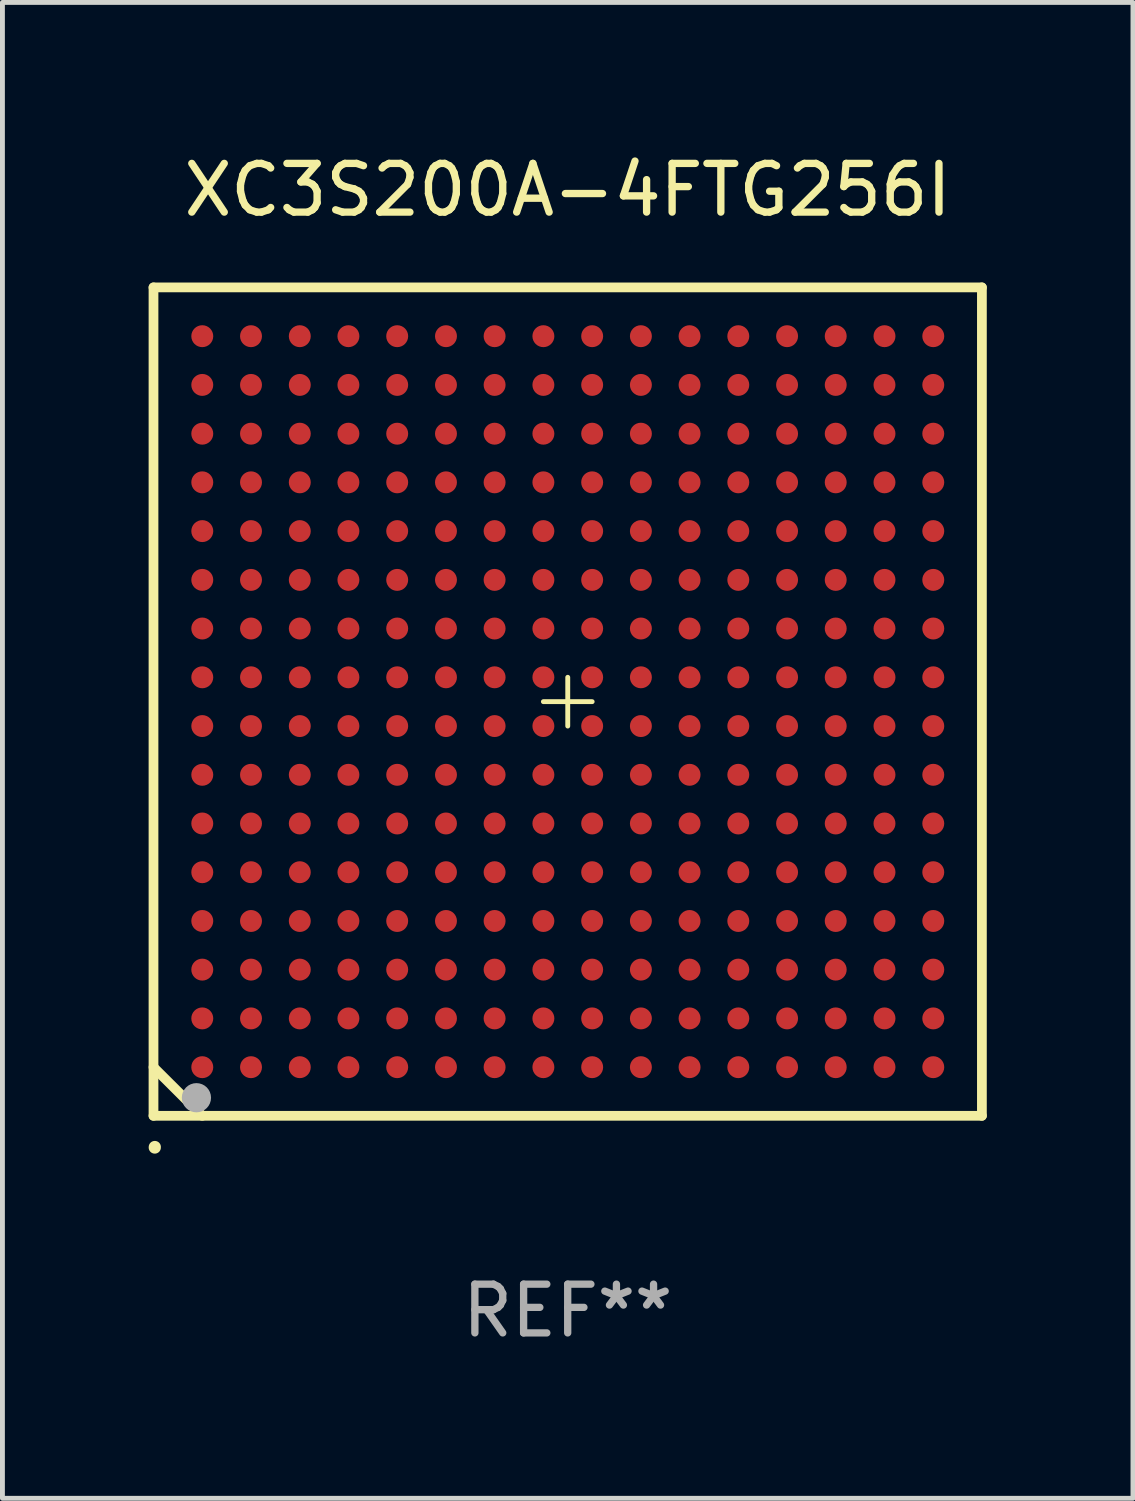
<source format=kicad_pcb>
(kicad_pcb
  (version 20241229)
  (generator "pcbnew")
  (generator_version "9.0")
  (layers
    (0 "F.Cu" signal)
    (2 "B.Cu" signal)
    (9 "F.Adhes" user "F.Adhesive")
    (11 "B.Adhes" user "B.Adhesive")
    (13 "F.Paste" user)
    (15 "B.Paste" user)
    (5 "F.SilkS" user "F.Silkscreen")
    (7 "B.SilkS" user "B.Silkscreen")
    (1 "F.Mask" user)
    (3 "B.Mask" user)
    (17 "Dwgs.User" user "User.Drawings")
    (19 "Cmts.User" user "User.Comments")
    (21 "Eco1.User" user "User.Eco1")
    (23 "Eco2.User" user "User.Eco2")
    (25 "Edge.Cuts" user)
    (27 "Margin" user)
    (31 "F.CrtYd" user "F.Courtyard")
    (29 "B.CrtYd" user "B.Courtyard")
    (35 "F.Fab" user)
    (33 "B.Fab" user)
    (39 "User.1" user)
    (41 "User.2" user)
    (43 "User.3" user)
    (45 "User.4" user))
  (footprint "XC3S200A-4FTG256I"
    (layer "F.Cu")
    (at 8.6 11.348)
    (property "Reference" "XC3S200A-4FTG256I" (at 0 -10.5 0) (layer "F.SilkS") (effects (font (size 1 1) (thickness 0.15))))
    (attr through_hole)
    (fp_line (start -8.5 -8.5) (end 8.5 -8.5) (stroke (width 0.1) (type solid)) (layer "F.SilkS"))
    (fp_line (start -8.5 -8.5) (end 8.5 -8.5) (stroke (width 0.2) (type solid)) (layer "F.SilkS"))
    (fp_line (start -8.5 8.5) (end -8.5 -8.5) (stroke (width 0.1) (type solid)) (layer "F.SilkS"))
    (fp_line (start -8.5 8.5) (end -8.5 -8.5) (stroke (width 0.2) (type solid)) (layer "F.SilkS"))
    (fp_line (start -7.499 8.5) (end -8.5 7.502) (stroke (width 0.2) (type solid)) (layer "F.SilkS"))
    (fp_line (start 0.001 -0.499) (end 0.001 0.502) (stroke (width 0.1) (type solid)) (layer "F.SilkS"))
    (fp_line (start 0.502 0.001) (end -0.499 0.001) (stroke (width 0.1) (type solid)) (layer "F.SilkS"))
    (fp_line (start 8.5 -8.5) (end 8.5 8.5) (stroke (width 0.1) (type solid)) (layer "F.SilkS"))
    (fp_line (start 8.5 -8.5) (end 8.5 8.5) (stroke (width 0.2) (type solid)) (layer "F.SilkS"))
    (fp_line (start 8.5 8.5) (end -8.5 8.5) (stroke (width 0.1) (type solid)) (layer "F.SilkS"))
    (fp_line (start 8.5 8.5) (end -8.5 8.5) (stroke (width 0.2) (type solid)) (layer "F.SilkS"))
    (fp_arc (start -8.473762 9.151283) (mid -8.473642 9.145727) (end -8.473254 9.140183) (stroke (width 0.249987) (type solid)) (layer "F.SilkS"))
    (fp_circle (center -8.499 8.501) (end -8.469 8.501) (stroke (width 0.06) (type solid)) (fill no) (layer "F.SilkS"))
    (fp_circle (center -7.619 8.129) (end -7.469 8.129) (stroke (width 0.3) (type solid)) (fill no) (layer "F.Fab"))
    (fp_text user "REF**" (at 0 12.5 0) (layer "F.Fab") (effects (font (size 1 1) (thickness 0.15))))
    (pad "A1" smd circle (at -7.499 7.502) (size 0.45 0.45) (layers "F.Cu" "F.Mask" "F.Paste"))
    (pad "A2" smd circle (at -7.499 6.501) (size 0.45 0.45) (layers "F.Cu" "F.Mask" "F.Paste"))
    (pad "A3" smd circle (at -7.499 5.5) (size 0.45 0.45) (layers "F.Cu" "F.Mask" "F.Paste"))
    (pad "A4" smd circle (at -7.499 4.502) (size 0.45 0.45) (layers "F.Cu" "F.Mask" "F.Paste"))
    (pad "A5" smd circle (at -7.499 3.501) (size 0.45 0.45) (layers "F.Cu" "F.Mask" "F.Paste"))
    (pad "A6" smd circle (at -7.499 2.501) (size 0.45 0.45) (layers "F.Cu" "F.Mask" "F.Paste"))
    (pad "A7" smd circle (at -7.499 1.502) (size 0.45 0.45) (layers "F.Cu" "F.Mask" "F.Paste"))
    (pad "A8" smd circle (at -7.499 0.502) (size 0.45 0.45) (layers "F.Cu" "F.Mask" "F.Paste"))
    (pad "A9" smd circle (at -7.499 -0.499) (size 0.45 0.45) (layers "F.Cu" "F.Mask" "F.Paste"))
    (pad "A10" smd circle (at -7.499 -1.5) (size 0.45 0.45) (layers "F.Cu" "F.Mask" "F.Paste"))
    (pad "A11" smd circle (at -7.499 -2.498) (size 0.45 0.45) (layers "F.Cu" "F.Mask" "F.Paste"))
    (pad "A12" smd circle (at -7.499 -3.499) (size 0.45 0.45) (layers "F.Cu" "F.Mask" "F.Paste"))
    (pad "A13" smd circle (at -7.499 -4.5) (size 0.45 0.45) (layers "F.Cu" "F.Mask" "F.Paste"))
    (pad "A14" smd circle (at -7.499 -5.498) (size 0.45 0.45) (layers "F.Cu" "F.Mask" "F.Paste"))
    (pad "A15" smd circle (at -7.499 -6.499) (size 0.45 0.45) (layers "F.Cu" "F.Mask" "F.Paste"))
    (pad "A16" smd circle (at -7.499 -7.499) (size 0.45 0.45) (layers "F.Cu" "F.Mask" "F.Paste"))
    (pad "B1" smd circle (at -6.499 7.502) (size 0.45 0.45) (layers "F.Cu" "F.Mask" "F.Paste"))
    (pad "B2" smd circle (at -6.499 6.501) (size 0.45 0.45) (layers "F.Cu" "F.Mask" "F.Paste"))
    (pad "B3" smd circle (at -6.499 5.5) (size 0.45 0.45) (layers "F.Cu" "F.Mask" "F.Paste"))
    (pad "B4" smd circle (at -6.499 4.502) (size 0.45 0.45) (layers "F.Cu" "F.Mask" "F.Paste"))
    (pad "B5" smd circle (at -6.499 3.501) (size 0.45 0.45) (layers "F.Cu" "F.Mask" "F.Paste"))
    (pad "B6" smd circle (at -6.499 2.501) (size 0.45 0.45) (layers "F.Cu" "F.Mask" "F.Paste"))
    (pad "B7" smd circle (at -6.499 1.502) (size 0.45 0.45) (layers "F.Cu" "F.Mask" "F.Paste"))
    (pad "B8" smd circle (at -6.499 0.502) (size 0.45 0.45) (layers "F.Cu" "F.Mask" "F.Paste"))
    (pad "B9" smd circle (at -6.499 -0.499) (size 0.45 0.45) (layers "F.Cu" "F.Mask" "F.Paste"))
    (pad "B10" smd circle (at -6.499 -1.5) (size 0.45 0.45) (layers "F.Cu" "F.Mask" "F.Paste"))
    (pad "B11" smd circle (at -6.499 -2.498) (size 0.45 0.45) (layers "F.Cu" "F.Mask" "F.Paste"))
    (pad "B12" smd circle (at -6.499 -3.499) (size 0.45 0.45) (layers "F.Cu" "F.Mask" "F.Paste"))
    (pad "B13" smd circle (at -6.499 -4.5) (size 0.45 0.45) (layers "F.Cu" "F.Mask" "F.Paste"))
    (pad "B14" smd circle (at -6.499 -5.498) (size 0.45 0.45) (layers "F.Cu" "F.Mask" "F.Paste"))
    (pad "B15" smd circle (at -6.499 -6.499) (size 0.45 0.45) (layers "F.Cu" "F.Mask" "F.Paste"))
    (pad "B16" smd circle (at -6.499 -7.499) (size 0.45 0.45) (layers "F.Cu" "F.Mask" "F.Paste"))
    (pad "C1" smd circle (at -5.498 7.502) (size 0.45 0.45) (layers "F.Cu" "F.Mask" "F.Paste"))
    (pad "C2" smd circle (at -5.498 6.501) (size 0.45 0.45) (layers "F.Cu" "F.Mask" "F.Paste"))
    (pad "C3" smd circle (at -5.498 5.5) (size 0.45 0.45) (layers "F.Cu" "F.Mask" "F.Paste"))
    (pad "C4" smd circle (at -5.498 4.502) (size 0.45 0.45) (layers "F.Cu" "F.Mask" "F.Paste"))
    (pad "C5" smd circle (at -5.498 3.501) (size 0.45 0.45) (layers "F.Cu" "F.Mask" "F.Paste"))
    (pad "C6" smd circle (at -5.498 2.501) (size 0.45 0.45) (layers "F.Cu" "F.Mask" "F.Paste"))
    (pad "C7" smd circle (at -5.498 1.502) (size 0.45 0.45) (layers "F.Cu" "F.Mask" "F.Paste"))
    (pad "C8" smd circle (at -5.498 0.502) (size 0.45 0.45) (layers "F.Cu" "F.Mask" "F.Paste"))
    (pad "C9" smd circle (at -5.498 -0.499) (size 0.45 0.45) (layers "F.Cu" "F.Mask" "F.Paste"))
    (pad "C10" smd circle (at -5.498 -1.5) (size 0.45 0.45) (layers "F.Cu" "F.Mask" "F.Paste"))
    (pad "C11" smd circle (at -5.498 -2.498) (size 0.45 0.45) (layers "F.Cu" "F.Mask" "F.Paste"))
    (pad "C12" smd circle (at -5.498 -3.499) (size 0.45 0.45) (layers "F.Cu" "F.Mask" "F.Paste"))
    (pad "C13" smd circle (at -5.498 -4.5) (size 0.45 0.45) (layers "F.Cu" "F.Mask" "F.Paste"))
    (pad "C14" smd circle (at -5.498 -5.498) (size 0.45 0.45) (layers "F.Cu" "F.Mask" "F.Paste"))
    (pad "C15" smd circle (at -5.498 -6.499) (size 0.45 0.45) (layers "F.Cu" "F.Mask" "F.Paste"))
    (pad "C16" smd circle (at -5.498 -7.499) (size 0.45 0.45) (layers "F.Cu" "F.Mask" "F.Paste"))
    (pad "D1" smd circle (at -4.5 7.502) (size 0.45 0.45) (layers "F.Cu" "F.Mask" "F.Paste"))
    (pad "D2" smd circle (at -4.5 6.501) (size 0.45 0.45) (layers "F.Cu" "F.Mask" "F.Paste"))
    (pad "D3" smd circle (at -4.5 5.5) (size 0.45 0.45) (layers "F.Cu" "F.Mask" "F.Paste"))
    (pad "D4" smd circle (at -4.5 4.502) (size 0.45 0.45) (layers "F.Cu" "F.Mask" "F.Paste"))
    (pad "D5" smd circle (at -4.5 3.501) (size 0.45 0.45) (layers "F.Cu" "F.Mask" "F.Paste"))
    (pad "D6" smd circle (at -4.5 2.501) (size 0.45 0.45) (layers "F.Cu" "F.Mask" "F.Paste"))
    (pad "D7" smd circle (at -4.5 1.502) (size 0.45 0.45) (layers "F.Cu" "F.Mask" "F.Paste"))
    (pad "D8" smd circle (at -4.5 0.502) (size 0.45 0.45) (layers "F.Cu" "F.Mask" "F.Paste"))
    (pad "D9" smd circle (at -4.5 -0.499) (size 0.45 0.45) (layers "F.Cu" "F.Mask" "F.Paste"))
    (pad "D10" smd circle (at -4.5 -1.5) (size 0.45 0.45) (layers "F.Cu" "F.Mask" "F.Paste"))
    (pad "D11" smd circle (at -4.5 -2.498) (size 0.45 0.45) (layers "F.Cu" "F.Mask" "F.Paste"))
    (pad "D12" smd circle (at -4.5 -3.499) (size 0.45 0.45) (layers "F.Cu" "F.Mask" "F.Paste"))
    (pad "D13" smd circle (at -4.5 -4.5) (size 0.45 0.45) (layers "F.Cu" "F.Mask" "F.Paste"))
    (pad "D14" smd circle (at -4.5 -5.498) (size 0.45 0.45) (layers "F.Cu" "F.Mask" "F.Paste"))
    (pad "D15" smd circle (at -4.5 -6.499) (size 0.45 0.45) (layers "F.Cu" "F.Mask" "F.Paste"))
    (pad "D16" smd circle (at -4.5 -7.499) (size 0.45 0.45) (layers "F.Cu" "F.Mask" "F.Paste"))
    (pad "E1" smd circle (at -3.499 7.502) (size 0.45 0.45) (layers "F.Cu" "F.Mask" "F.Paste"))
    (pad "E2" smd circle (at -3.499 6.501) (size 0.45 0.45) (layers "F.Cu" "F.Mask" "F.Paste"))
    (pad "E3" smd circle (at -3.499 5.5) (size 0.45 0.45) (layers "F.Cu" "F.Mask" "F.Paste"))
    (pad "E4" smd circle (at -3.499 4.502) (size 0.45 0.45) (layers "F.Cu" "F.Mask" "F.Paste"))
    (pad "E5" smd circle (at -3.499 3.501) (size 0.45 0.45) (layers "F.Cu" "F.Mask" "F.Paste"))
    (pad "E6" smd circle (at -3.499 2.501) (size 0.45 0.45) (layers "F.Cu" "F.Mask" "F.Paste"))
    (pad "E7" smd circle (at -3.499 1.502) (size 0.45 0.45) (layers "F.Cu" "F.Mask" "F.Paste"))
    (pad "E8" smd circle (at -3.499 0.502) (size 0.45 0.45) (layers "F.Cu" "F.Mask" "F.Paste"))
    (pad "E9" smd circle (at -3.499 -0.499) (size 0.45 0.45) (layers "F.Cu" "F.Mask" "F.Paste"))
    (pad "E10" smd circle (at -3.499 -1.5) (size 0.45 0.45) (layers "F.Cu" "F.Mask" "F.Paste"))
    (pad "E11" smd circle (at -3.499 -2.498) (size 0.45 0.45) (layers "F.Cu" "F.Mask" "F.Paste"))
    (pad "E12" smd circle (at -3.499 -3.499) (size 0.45 0.45) (layers "F.Cu" "F.Mask" "F.Paste"))
    (pad "E13" smd circle (at -3.499 -4.5) (size 0.45 0.45) (layers "F.Cu" "F.Mask" "F.Paste"))
    (pad "E14" smd circle (at -3.499 -5.498) (size 0.45 0.45) (layers "F.Cu" "F.Mask" "F.Paste"))
    (pad "E15" smd circle (at -3.499 -6.499) (size 0.45 0.45) (layers "F.Cu" "F.Mask" "F.Paste"))
    (pad "E16" smd circle (at -3.499 -7.499) (size 0.45 0.45) (layers "F.Cu" "F.Mask" "F.Paste"))
    (pad "F1" smd circle (at -2.498 7.502) (size 0.45 0.45) (layers "F.Cu" "F.Mask" "F.Paste"))
    (pad "F2" smd circle (at -2.498 6.501) (size 0.45 0.45) (layers "F.Cu" "F.Mask" "F.Paste"))
    (pad "F3" smd circle (at -2.498 5.5) (size 0.45 0.45) (layers "F.Cu" "F.Mask" "F.Paste"))
    (pad "F4" smd circle (at -2.498 4.502) (size 0.45 0.45) (layers "F.Cu" "F.Mask" "F.Paste"))
    (pad "F5" smd circle (at -2.498 3.501) (size 0.45 0.45) (layers "F.Cu" "F.Mask" "F.Paste"))
    (pad "F6" smd circle (at -2.498 2.501) (size 0.45 0.45) (layers "F.Cu" "F.Mask" "F.Paste"))
    (pad "F7" smd circle (at -2.498 1.502) (size 0.45 0.45) (layers "F.Cu" "F.Mask" "F.Paste"))
    (pad "F8" smd circle (at -2.498 0.502) (size 0.45 0.45) (layers "F.Cu" "F.Mask" "F.Paste"))
    (pad "F9" smd circle (at -2.498 -0.499) (size 0.45 0.45) (layers "F.Cu" "F.Mask" "F.Paste"))
    (pad "F10" smd circle (at -2.498 -1.5) (size 0.45 0.45) (layers "F.Cu" "F.Mask" "F.Paste"))
    (pad "F11" smd circle (at -2.498 -2.498) (size 0.45 0.45) (layers "F.Cu" "F.Mask" "F.Paste"))
    (pad "F12" smd circle (at -2.498 -3.499) (size 0.45 0.45) (layers "F.Cu" "F.Mask" "F.Paste"))
    (pad "F13" smd circle (at -2.498 -4.5) (size 0.45 0.45) (layers "F.Cu" "F.Mask" "F.Paste"))
    (pad "F14" smd circle (at -2.498 -5.498) (size 0.45 0.45) (layers "F.Cu" "F.Mask" "F.Paste"))
    (pad "F15" smd circle (at -2.498 -6.499) (size 0.45 0.45) (layers "F.Cu" "F.Mask" "F.Paste"))
    (pad "F16" smd circle (at -2.498 -7.499) (size 0.45 0.45) (layers "F.Cu" "F.Mask" "F.Paste"))
    (pad "G1" smd circle (at -1.5 7.502) (size 0.45 0.45) (layers "F.Cu" "F.Mask" "F.Paste"))
    (pad "G2" smd circle (at -1.5 6.501) (size 0.45 0.45) (layers "F.Cu" "F.Mask" "F.Paste"))
    (pad "G3" smd circle (at -1.5 5.5) (size 0.45 0.45) (layers "F.Cu" "F.Mask" "F.Paste"))
    (pad "G4" smd circle (at -1.5 4.502) (size 0.45 0.45) (layers "F.Cu" "F.Mask" "F.Paste"))
    (pad "G5" smd circle (at -1.5 3.501) (size 0.45 0.45) (layers "F.Cu" "F.Mask" "F.Paste"))
    (pad "G6" smd circle (at -1.5 2.501) (size 0.45 0.45) (layers "F.Cu" "F.Mask" "F.Paste"))
    (pad "G7" smd circle (at -1.5 1.502) (size 0.45 0.45) (layers "F.Cu" "F.Mask" "F.Paste"))
    (pad "G8" smd circle (at -1.5 0.502) (size 0.45 0.45) (layers "F.Cu" "F.Mask" "F.Paste"))
    (pad "G9" smd circle (at -1.5 -0.499) (size 0.45 0.45) (layers "F.Cu" "F.Mask" "F.Paste"))
    (pad "G10" smd circle (at -1.5 -1.5) (size 0.45 0.45) (layers "F.Cu" "F.Mask" "F.Paste"))
    (pad "G11" smd circle (at -1.5 -2.498) (size 0.45 0.45) (layers "F.Cu" "F.Mask" "F.Paste"))
    (pad "G12" smd circle (at -1.5 -3.499) (size 0.45 0.45) (layers "F.Cu" "F.Mask" "F.Paste"))
    (pad "G13" smd circle (at -1.5 -4.5) (size 0.45 0.45) (layers "F.Cu" "F.Mask" "F.Paste"))
    (pad "G14" smd circle (at -1.5 -5.498) (size 0.45 0.45) (layers "F.Cu" "F.Mask" "F.Paste"))
    (pad "G15" smd circle (at -1.5 -6.499) (size 0.45 0.45) (layers "F.Cu" "F.Mask" "F.Paste"))
    (pad "G16" smd circle (at -1.5 -7.499) (size 0.45 0.45) (layers "F.Cu" "F.Mask" "F.Paste"))
    (pad "H1" smd circle (at -0.499 7.502) (size 0.45 0.45) (layers "F.Cu" "F.Mask" "F.Paste"))
    (pad "H2" smd circle (at -0.499 6.501) (size 0.45 0.45) (layers "F.Cu" "F.Mask" "F.Paste"))
    (pad "H3" smd circle (at -0.499 5.5) (size 0.45 0.45) (layers "F.Cu" "F.Mask" "F.Paste"))
    (pad "H4" smd circle (at -0.499 4.502) (size 0.45 0.45) (layers "F.Cu" "F.Mask" "F.Paste"))
    (pad "H5" smd circle (at -0.499 3.501) (size 0.45 0.45) (layers "F.Cu" "F.Mask" "F.Paste"))
    (pad "H6" smd circle (at -0.499 2.501) (size 0.45 0.45) (layers "F.Cu" "F.Mask" "F.Paste"))
    (pad "H7" smd circle (at -0.499 1.502) (size 0.45 0.45) (layers "F.Cu" "F.Mask" "F.Paste"))
    (pad "H8" smd circle (at -0.499 0.502) (size 0.45 0.45) (layers "F.Cu" "F.Mask" "F.Paste"))
    (pad "H9" smd circle (at -0.499 -0.499) (size 0.45 0.45) (layers "F.Cu" "F.Mask" "F.Paste"))
    (pad "H10" smd circle (at -0.499 -1.5) (size 0.45 0.45) (layers "F.Cu" "F.Mask" "F.Paste"))
    (pad "H11" smd circle (at -0.499 -2.498) (size 0.45 0.45) (layers "F.Cu" "F.Mask" "F.Paste"))
    (pad "H12" smd circle (at -0.499 -3.499) (size 0.45 0.45) (layers "F.Cu" "F.Mask" "F.Paste"))
    (pad "H13" smd circle (at -0.499 -4.5) (size 0.45 0.45) (layers "F.Cu" "F.Mask" "F.Paste"))
    (pad "H14" smd circle (at -0.499 -5.498) (size 0.45 0.45) (layers "F.Cu" "F.Mask" "F.Paste"))
    (pad "H15" smd circle (at -0.499 -6.499) (size 0.45 0.45) (layers "F.Cu" "F.Mask" "F.Paste"))
    (pad "H16" smd circle (at -0.499 -7.499) (size 0.45 0.45) (layers "F.Cu" "F.Mask" "F.Paste"))
    (pad "J1" smd circle (at 0.502 7.502) (size 0.45 0.45) (layers "F.Cu" "F.Mask" "F.Paste"))
    (pad "J2" smd circle (at 0.502 6.501) (size 0.45 0.45) (layers "F.Cu" "F.Mask" "F.Paste"))
    (pad "J3" smd circle (at 0.502 5.5) (size 0.45 0.45) (layers "F.Cu" "F.Mask" "F.Paste"))
    (pad "J4" smd circle (at 0.502 4.502) (size 0.45 0.45) (layers "F.Cu" "F.Mask" "F.Paste"))
    (pad "J5" smd circle (at 0.502 3.501) (size 0.45 0.45) (layers "F.Cu" "F.Mask" "F.Paste"))
    (pad "J6" smd circle (at 0.502 2.501) (size 0.45 0.45) (layers "F.Cu" "F.Mask" "F.Paste"))
    (pad "J7" smd circle (at 0.502 1.502) (size 0.45 0.45) (layers "F.Cu" "F.Mask" "F.Paste"))
    (pad "J8" smd circle (at 0.502 0.502) (size 0.45 0.45) (layers "F.Cu" "F.Mask" "F.Paste"))
    (pad "J9" smd circle (at 0.502 -0.499) (size 0.45 0.45) (layers "F.Cu" "F.Mask" "F.Paste"))
    (pad "J10" smd circle (at 0.502 -1.5) (size 0.45 0.45) (layers "F.Cu" "F.Mask" "F.Paste"))
    (pad "J11" smd circle (at 0.502 -2.498) (size 0.45 0.45) (layers "F.Cu" "F.Mask" "F.Paste"))
    (pad "J12" smd circle (at 0.502 -3.499) (size 0.45 0.45) (layers "F.Cu" "F.Mask" "F.Paste"))
    (pad "J13" smd circle (at 0.502 -4.5) (size 0.45 0.45) (layers "F.Cu" "F.Mask" "F.Paste"))
    (pad "J14" smd circle (at 0.502 -5.498) (size 0.45 0.45) (layers "F.Cu" "F.Mask" "F.Paste"))
    (pad "J15" smd circle (at 0.502 -6.499) (size 0.45 0.45) (layers "F.Cu" "F.Mask" "F.Paste"))
    (pad "J16" smd circle (at 0.502 -7.499) (size 0.45 0.45) (layers "F.Cu" "F.Mask" "F.Paste"))
    (pad "K1" smd circle (at 1.502 7.502) (size 0.45 0.45) (layers "F.Cu" "F.Mask" "F.Paste"))
    (pad "K2" smd circle (at 1.502 6.501) (size 0.45 0.45) (layers "F.Cu" "F.Mask" "F.Paste"))
    (pad "K3" smd circle (at 1.502 5.5) (size 0.45 0.45) (layers "F.Cu" "F.Mask" "F.Paste"))
    (pad "K4" smd circle (at 1.502 4.502) (size 0.45 0.45) (layers "F.Cu" "F.Mask" "F.Paste"))
    (pad "K5" smd circle (at 1.502 3.501) (size 0.45 0.45) (layers "F.Cu" "F.Mask" "F.Paste"))
    (pad "K6" smd circle (at 1.502 2.501) (size 0.45 0.45) (layers "F.Cu" "F.Mask" "F.Paste"))
    (pad "K7" smd circle (at 1.502 1.502) (size 0.45 0.45) (layers "F.Cu" "F.Mask" "F.Paste"))
    (pad "K8" smd circle (at 1.502 0.502) (size 0.45 0.45) (layers "F.Cu" "F.Mask" "F.Paste"))
    (pad "K9" smd circle (at 1.502 -0.499) (size 0.45 0.45) (layers "F.Cu" "F.Mask" "F.Paste"))
    (pad "K10" smd circle (at 1.502 -1.5) (size 0.45 0.45) (layers "F.Cu" "F.Mask" "F.Paste"))
    (pad "K11" smd circle (at 1.502 -2.498) (size 0.45 0.45) (layers "F.Cu" "F.Mask" "F.Paste"))
    (pad "K12" smd circle (at 1.502 -3.499) (size 0.45 0.45) (layers "F.Cu" "F.Mask" "F.Paste"))
    (pad "K13" smd circle (at 1.502 -4.5) (size 0.45 0.45) (layers "F.Cu" "F.Mask" "F.Paste"))
    (pad "K14" smd circle (at 1.502 -5.498) (size 0.45 0.45) (layers "F.Cu" "F.Mask" "F.Paste"))
    (pad "K15" smd circle (at 1.502 -6.499) (size 0.45 0.45) (layers "F.Cu" "F.Mask" "F.Paste"))
    (pad "K16" smd circle (at 1.502 -7.499) (size 0.45 0.45) (layers "F.Cu" "F.Mask" "F.Paste"))
    (pad "L1" smd circle (at 2.501 7.502) (size 0.45 0.45) (layers "F.Cu" "F.Mask" "F.Paste"))
    (pad "L2" smd circle (at 2.501 6.501) (size 0.45 0.45) (layers "F.Cu" "F.Mask" "F.Paste"))
    (pad "L3" smd circle (at 2.501 5.5) (size 0.45 0.45) (layers "F.Cu" "F.Mask" "F.Paste"))
    (pad "L4" smd circle (at 2.501 4.502) (size 0.45 0.45) (layers "F.Cu" "F.Mask" "F.Paste"))
    (pad "L5" smd circle (at 2.501 3.501) (size 0.45 0.45) (layers "F.Cu" "F.Mask" "F.Paste"))
    (pad "L6" smd circle (at 2.501 2.501) (size 0.45 0.45) (layers "F.Cu" "F.Mask" "F.Paste"))
    (pad "L7" smd circle (at 2.501 1.502) (size 0.45 0.45) (layers "F.Cu" "F.Mask" "F.Paste"))
    (pad "L8" smd circle (at 2.501 0.502) (size 0.45 0.45) (layers "F.Cu" "F.Mask" "F.Paste"))
    (pad "L9" smd circle (at 2.501 -0.499) (size 0.45 0.45) (layers "F.Cu" "F.Mask" "F.Paste"))
    (pad "L10" smd circle (at 2.501 -1.5) (size 0.45 0.45) (layers "F.Cu" "F.Mask" "F.Paste"))
    (pad "L11" smd circle (at 2.501 -2.498) (size 0.45 0.45) (layers "F.Cu" "F.Mask" "F.Paste"))
    (pad "L12" smd circle (at 2.501 -3.499) (size 0.45 0.45) (layers "F.Cu" "F.Mask" "F.Paste"))
    (pad "L13" smd circle (at 2.501 -4.5) (size 0.45 0.45) (layers "F.Cu" "F.Mask" "F.Paste"))
    (pad "L14" smd circle (at 2.501 -5.498) (size 0.45 0.45) (layers "F.Cu" "F.Mask" "F.Paste"))
    (pad "L15" smd circle (at 2.501 -6.499) (size 0.45 0.45) (layers "F.Cu" "F.Mask" "F.Paste"))
    (pad "L16" smd circle (at 2.501 -7.499) (size 0.45 0.45) (layers "F.Cu" "F.Mask" "F.Paste"))
    (pad "M1" smd circle (at 3.501 7.502) (size 0.45 0.45) (layers "F.Cu" "F.Mask" "F.Paste"))
    (pad "M2" smd circle (at 3.501 6.501) (size 0.45 0.45) (layers "F.Cu" "F.Mask" "F.Paste"))
    (pad "M3" smd circle (at 3.501 5.5) (size 0.45 0.45) (layers "F.Cu" "F.Mask" "F.Paste"))
    (pad "M4" smd circle (at 3.501 4.502) (size 0.45 0.45) (layers "F.Cu" "F.Mask" "F.Paste"))
    (pad "M5" smd circle (at 3.501 3.501) (size 0.45 0.45) (layers "F.Cu" "F.Mask" "F.Paste"))
    (pad "M6" smd circle (at 3.501 2.501) (size 0.45 0.45) (layers "F.Cu" "F.Mask" "F.Paste"))
    (pad "M7" smd circle (at 3.501 1.502) (size 0.45 0.45) (layers "F.Cu" "F.Mask" "F.Paste"))
    (pad "M8" smd circle (at 3.501 0.502) (size 0.45 0.45) (layers "F.Cu" "F.Mask" "F.Paste"))
    (pad "M9" smd circle (at 3.501 -0.499) (size 0.45 0.45) (layers "F.Cu" "F.Mask" "F.Paste"))
    (pad "M10" smd circle (at 3.501 -1.5) (size 0.45 0.45) (layers "F.Cu" "F.Mask" "F.Paste"))
    (pad "M11" smd circle (at 3.501 -2.498) (size 0.45 0.45) (layers "F.Cu" "F.Mask" "F.Paste"))
    (pad "M12" smd circle (at 3.501 -3.499) (size 0.45 0.45) (layers "F.Cu" "F.Mask" "F.Paste"))
    (pad "M13" smd circle (at 3.501 -4.5) (size 0.45 0.45) (layers "F.Cu" "F.Mask" "F.Paste"))
    (pad "M14" smd circle (at 3.501 -5.498) (size 0.45 0.45) (layers "F.Cu" "F.Mask" "F.Paste"))
    (pad "M15" smd circle (at 3.501 -6.499) (size 0.45 0.45) (layers "F.Cu" "F.Mask" "F.Paste"))
    (pad "M16" smd circle (at 3.501 -7.499) (size 0.45 0.45) (layers "F.Cu" "F.Mask" "F.Paste"))
    (pad "N1" smd circle (at 4.502 7.502) (size 0.45 0.45) (layers "F.Cu" "F.Mask" "F.Paste"))
    (pad "N2" smd circle (at 4.502 6.501) (size 0.45 0.45) (layers "F.Cu" "F.Mask" "F.Paste"))
    (pad "N3" smd circle (at 4.502 5.5) (size 0.45 0.45) (layers "F.Cu" "F.Mask" "F.Paste"))
    (pad "N4" smd circle (at 4.502 4.502) (size 0.45 0.45) (layers "F.Cu" "F.Mask" "F.Paste"))
    (pad "N5" smd circle (at 4.502 3.501) (size 0.45 0.45) (layers "F.Cu" "F.Mask" "F.Paste"))
    (pad "N6" smd circle (at 4.502 2.501) (size 0.45 0.45) (layers "F.Cu" "F.Mask" "F.Paste"))
    (pad "N7" smd circle (at 4.502 1.502) (size 0.45 0.45) (layers "F.Cu" "F.Mask" "F.Paste"))
    (pad "N8" smd circle (at 4.502 0.502) (size 0.45 0.45) (layers "F.Cu" "F.Mask" "F.Paste"))
    (pad "N9" smd circle (at 4.502 -0.499) (size 0.45 0.45) (layers "F.Cu" "F.Mask" "F.Paste"))
    (pad "N10" smd circle (at 4.502 -1.5) (size 0.45 0.45) (layers "F.Cu" "F.Mask" "F.Paste"))
    (pad "N11" smd circle (at 4.502 -2.498) (size 0.45 0.45) (layers "F.Cu" "F.Mask" "F.Paste"))
    (pad "N12" smd circle (at 4.502 -3.499) (size 0.45 0.45) (layers "F.Cu" "F.Mask" "F.Paste"))
    (pad "N13" smd circle (at 4.502 -4.5) (size 0.45 0.45) (layers "F.Cu" "F.Mask" "F.Paste"))
    (pad "N14" smd circle (at 4.502 -5.498) (size 0.45 0.45) (layers "F.Cu" "F.Mask" "F.Paste"))
    (pad "N15" smd circle (at 4.502 -6.499) (size 0.45 0.45) (layers "F.Cu" "F.Mask" "F.Paste"))
    (pad "N16" smd circle (at 4.502 -7.499) (size 0.45 0.45) (layers "F.Cu" "F.Mask" "F.Paste"))
    (pad "P1" smd circle (at 5.5 7.502) (size 0.45 0.45) (layers "F.Cu" "F.Mask" "F.Paste"))
    (pad "P2" smd circle (at 5.5 6.501) (size 0.45 0.45) (layers "F.Cu" "F.Mask" "F.Paste"))
    (pad "P3" smd circle (at 5.5 5.5) (size 0.45 0.45) (layers "F.Cu" "F.Mask" "F.Paste"))
    (pad "P4" smd circle (at 5.5 4.502) (size 0.45 0.45) (layers "F.Cu" "F.Mask" "F.Paste"))
    (pad "P5" smd circle (at 5.5 3.501) (size 0.45 0.45) (layers "F.Cu" "F.Mask" "F.Paste"))
    (pad "P6" smd circle (at 5.5 2.501) (size 0.45 0.45) (layers "F.Cu" "F.Mask" "F.Paste"))
    (pad "P7" smd circle (at 5.5 1.502) (size 0.45 0.45) (layers "F.Cu" "F.Mask" "F.Paste"))
    (pad "P8" smd circle (at 5.5 0.502) (size 0.45 0.45) (layers "F.Cu" "F.Mask" "F.Paste"))
    (pad "P9" smd circle (at 5.5 -0.499) (size 0.45 0.45) (layers "F.Cu" "F.Mask" "F.Paste"))
    (pad "P10" smd circle (at 5.5 -1.5) (size 0.45 0.45) (layers "F.Cu" "F.Mask" "F.Paste"))
    (pad "P11" smd circle (at 5.5 -2.498) (size 0.45 0.45) (layers "F.Cu" "F.Mask" "F.Paste"))
    (pad "P12" smd circle (at 5.5 -3.499) (size 0.45 0.45) (layers "F.Cu" "F.Mask" "F.Paste"))
    (pad "P13" smd circle (at 5.5 -4.5) (size 0.45 0.45) (layers "F.Cu" "F.Mask" "F.Paste"))
    (pad "P14" smd circle (at 5.5 -5.498) (size 0.45 0.45) (layers "F.Cu" "F.Mask" "F.Paste"))
    (pad "P15" smd circle (at 5.5 -6.499) (size 0.45 0.45) (layers "F.Cu" "F.Mask" "F.Paste"))
    (pad "P16" smd circle (at 5.5 -7.499) (size 0.45 0.45) (layers "F.Cu" "F.Mask" "F.Paste"))
    (pad "R1" smd circle (at 6.501 7.502) (size 0.45 0.45) (layers "F.Cu" "F.Mask" "F.Paste"))
    (pad "R2" smd circle (at 6.501 6.501) (size 0.45 0.45) (layers "F.Cu" "F.Mask" "F.Paste"))
    (pad "R3" smd circle (at 6.501 5.5) (size 0.45 0.45) (layers "F.Cu" "F.Mask" "F.Paste"))
    (pad "R4" smd circle (at 6.501 4.502) (size 0.45 0.45) (layers "F.Cu" "F.Mask" "F.Paste"))
    (pad "R5" smd circle (at 6.501 3.501) (size 0.45 0.45) (layers "F.Cu" "F.Mask" "F.Paste"))
    (pad "R6" smd circle (at 6.501 2.501) (size 0.45 0.45) (layers "F.Cu" "F.Mask" "F.Paste"))
    (pad "R7" smd circle (at 6.501 1.502) (size 0.45 0.45) (layers "F.Cu" "F.Mask" "F.Paste"))
    (pad "R8" smd circle (at 6.501 0.502) (size 0.45 0.45) (layers "F.Cu" "F.Mask" "F.Paste"))
    (pad "R9" smd circle (at 6.501 -0.499) (size 0.45 0.45) (layers "F.Cu" "F.Mask" "F.Paste"))
    (pad "R10" smd circle (at 6.501 -1.5) (size 0.45 0.45) (layers "F.Cu" "F.Mask" "F.Paste"))
    (pad "R11" smd circle (at 6.501 -2.498) (size 0.45 0.45) (layers "F.Cu" "F.Mask" "F.Paste"))
    (pad "R12" smd circle (at 6.501 -3.499) (size 0.45 0.45) (layers "F.Cu" "F.Mask" "F.Paste"))
    (pad "R13" smd circle (at 6.501 -4.5) (size 0.45 0.45) (layers "F.Cu" "F.Mask" "F.Paste"))
    (pad "R14" smd circle (at 6.501 -5.498) (size 0.45 0.45) (layers "F.Cu" "F.Mask" "F.Paste"))
    (pad "R15" smd circle (at 6.501 -6.499) (size 0.45 0.45) (layers "F.Cu" "F.Mask" "F.Paste"))
    (pad "R16" smd circle (at 6.501 -7.499) (size 0.45 0.45) (layers "F.Cu" "F.Mask" "F.Paste"))
    (pad "T1" smd circle (at 7.502 7.502) (size 0.45 0.45) (layers "F.Cu" "F.Mask" "F.Paste"))
    (pad "T2" smd circle (at 7.502 6.501) (size 0.45 0.45) (layers "F.Cu" "F.Mask" "F.Paste"))
    (pad "T3" smd circle (at 7.502 5.5) (size 0.45 0.45) (layers "F.Cu" "F.Mask" "F.Paste"))
    (pad "T4" smd circle (at 7.502 4.502) (size 0.45 0.45) (layers "F.Cu" "F.Mask" "F.Paste"))
    (pad "T5" smd circle (at 7.502 3.501) (size 0.45 0.45) (layers "F.Cu" "F.Mask" "F.Paste"))
    (pad "T6" smd circle (at 7.502 2.501) (size 0.45 0.45) (layers "F.Cu" "F.Mask" "F.Paste"))
    (pad "T7" smd circle (at 7.502 1.502) (size 0.45 0.45) (layers "F.Cu" "F.Mask" "F.Paste"))
    (pad "T8" smd circle (at 7.502 0.502) (size 0.45 0.45) (layers "F.Cu" "F.Mask" "F.Paste"))
    (pad "T9" smd circle (at 7.502 -0.499) (size 0.45 0.45) (layers "F.Cu" "F.Mask" "F.Paste"))
    (pad "T10" smd circle (at 7.502 -1.5) (size 0.45 0.45) (layers "F.Cu" "F.Mask" "F.Paste"))
    (pad "T11" smd circle (at 7.502 -2.498) (size 0.45 0.45) (layers "F.Cu" "F.Mask" "F.Paste"))
    (pad "T12" smd circle (at 7.502 -3.499) (size 0.45 0.45) (layers "F.Cu" "F.Mask" "F.Paste"))
    (pad "T13" smd circle (at 7.502 -4.5) (size 0.45 0.45) (layers "F.Cu" "F.Mask" "F.Paste"))
    (pad "T14" smd circle (at 7.502 -5.498) (size 0.45 0.45) (layers "F.Cu" "F.Mask" "F.Paste"))
    (pad "T15" smd circle (at 7.502 -6.499) (size 0.45 0.45) (layers "F.Cu" "F.Mask" "F.Paste"))
    (pad "T16" smd circle (at 7.502 -7.499) (size 0.45 0.45) (layers "F.Cu" "F.Mask" "F.Paste")))
  (gr_rect
    (start -3 -3)
    (end 20.2 27.697)
    (stroke (width 0.1) (type default))
    (fill no)
    (layer "Edge.Cuts")))
</source>
